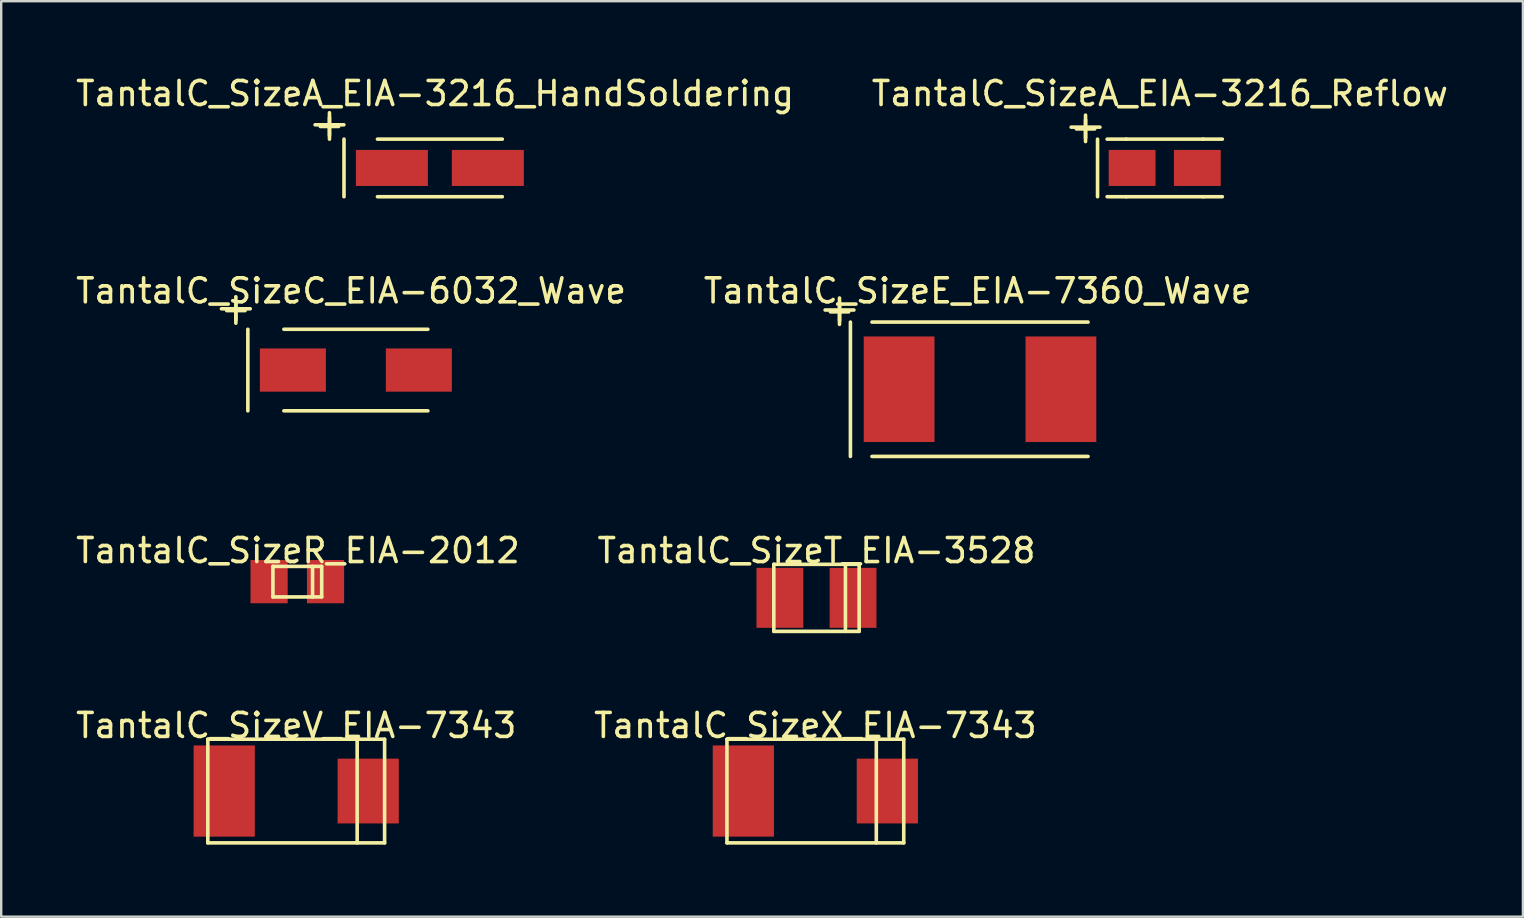
<source format=kicad_pcb>
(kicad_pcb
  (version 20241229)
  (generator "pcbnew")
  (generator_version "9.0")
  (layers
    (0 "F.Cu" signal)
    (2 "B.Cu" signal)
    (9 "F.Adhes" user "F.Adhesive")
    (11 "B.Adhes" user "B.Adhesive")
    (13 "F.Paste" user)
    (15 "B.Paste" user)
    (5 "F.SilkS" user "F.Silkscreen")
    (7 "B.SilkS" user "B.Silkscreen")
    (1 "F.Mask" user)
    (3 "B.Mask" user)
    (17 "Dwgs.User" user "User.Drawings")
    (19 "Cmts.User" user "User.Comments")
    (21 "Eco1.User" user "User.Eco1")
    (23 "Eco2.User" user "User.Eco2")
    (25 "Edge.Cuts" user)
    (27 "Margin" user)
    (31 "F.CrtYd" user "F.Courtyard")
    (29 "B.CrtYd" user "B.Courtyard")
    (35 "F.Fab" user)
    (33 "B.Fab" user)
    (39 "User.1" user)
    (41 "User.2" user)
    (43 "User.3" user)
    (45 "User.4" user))
  (footprint "TantalC_SizeC_EIA-6032_Wave"
    (layer "F.Cu")
    (at 11.778 12.369)
    (property "Reference" "TantalC_SizeC_EIA-6032_Wave" (at -0.201 -3.299 0) (layer "F.SilkS") (effects (font (size 1 1) (thickness 0.15))))
    (attr smd)
    (fp_line (start -5.601 -2.553) (end -4.402 -2.553) (stroke (width 0.15) (type solid)) (layer "F.SilkS"))
    (fp_line (start -5.001 -3.053) (end -5.001 -1.953) (stroke (width 0.15) (type solid)) (layer "F.SilkS"))
    (fp_line (start -4.501 -1.699) (end -4.501 1.699) (stroke (width 0.15) (type solid)) (layer "F.SilkS"))
    (fp_line (start 3 -1.699) (end -3 -1.699) (stroke (width 0.15) (type solid)) (layer "F.SilkS"))
    (fp_line (start 3 1.699) (end -3 1.699) (stroke (width 0.15) (type solid)) (layer "F.SilkS"))
    (fp_text user "+" (at -4.999 -2.55 0) (layer "F.SilkS") (effects (font (size 1 1) (thickness 0.15))))
    (pad "1" smd rect (at -2.624 0) (size 2.751 1.801) (layers "F.Cu" "F.Mask" "F.Paste"))
    (pad "2" smd rect (at 2.624 0) (size 2.751 1.801) (layers "F.Cu" "F.Mask" "F.Paste")))
  (footprint "TantalC_SizeE_EIA-7360_Wave"
    (layer "F.Cu")
    (at 37.784 13.169)
    (property "Reference" "TantalC_SizeE_EIA-7360_Wave" (at -0.099 -4.1 0) (layer "F.SilkS") (effects (font (size 1 1) (thickness 0.15))))
    (attr smd)
    (fp_line (start -6.454 -3.302) (end -5.255 -3.302) (stroke (width 0.15) (type solid)) (layer "F.SilkS"))
    (fp_line (start -5.855 -3.802) (end -5.855 -2.703) (stroke (width 0.15) (type solid)) (layer "F.SilkS"))
    (fp_line (start -5.4 -2.799) (end -5.4 2.799) (stroke (width 0.15) (type solid)) (layer "F.SilkS"))
    (fp_line (start -4.501 2.799) (end 4.501 2.799) (stroke (width 0.15) (type solid)) (layer "F.SilkS"))
    (fp_line (start 4.501 -2.799) (end -4.501 -2.799) (stroke (width 0.15) (type solid)) (layer "F.SilkS"))
    (fp_text user "+" (at -5.852 -3.299 0) (layer "F.SilkS") (effects (font (size 1 1) (thickness 0.15))))
    (pad "1" smd rect (at -3.371 0) (size 2.949 4.399) (layers "F.Cu" "F.Mask" "F.Paste"))
    (pad "2" smd rect (at 3.371 0) (size 2.949 4.399) (layers "F.Cu" "F.Mask" "F.Paste")))
  (footprint "TantalC_SizeX_EIA-7343"
    (layer "F.Cu")
    (at 30.923 29.91)
    (property "Reference" "TantalC_SizeX_EIA-7343" (at 0 -2.731 0) (layer "F.SilkS") (effects (font (size 1 1) (thickness 0.15))))
    (attr through_hole)
    (fp_line (start -3.683 -2.159) (end -3.683 2.159) (stroke (width 0.15) (type solid)) (layer "F.SilkS"))
    (fp_line (start -3.683 2.159) (end 3.683 2.159) (stroke (width 0.15) (type solid)) (layer "F.SilkS"))
    (fp_line (start 2.54 -2.159) (end 2.54 2.159) (stroke (width 0.15) (type solid)) (layer "F.SilkS"))
    (fp_line (start 3.683 -2.159) (end -3.683 -2.159) (stroke (width 0.15) (type solid)) (layer "F.SilkS"))
    (fp_line (start 3.683 2.159) (end 3.683 -2.159) (stroke (width 0.15) (type solid)) (layer "F.SilkS"))
    (pad "1" smd rect (at 3 0) (size 2.55 2.7) (layers "F.Cu" "F.Mask" "F.Paste"))
    (pad "2" smd rect (at -3 0) (size 2.55 3.8) (layers "F.Cu" "F.Mask" "F.Paste")))
  (footprint "TantalC_SizeR_EIA-2012"
    (layer "F.Cu")
    (at 9.338 21.186)
    (property "Reference" "TantalC_SizeR_EIA-2012" (at 0.025 -1.295 0) (layer "F.SilkS") (effects (font (size 1 1) (thickness 0.15))))
    (attr through_hole)
    (fp_line (start -1.016 -0.635) (end -1.016 0.635) (stroke (width 0.15) (type solid)) (layer "F.SilkS"))
    (fp_line (start -1.016 0.635) (end 1.016 0.635) (stroke (width 0.15) (type solid)) (layer "F.SilkS"))
    (fp_line (start 0.635 -0.635) (end 0.635 0.635) (stroke (width 0.15) (type solid)) (layer "F.SilkS"))
    (fp_line (start 1.016 -0.635) (end -1.016 -0.635) (stroke (width 0.15) (type solid)) (layer "F.SilkS"))
    (fp_line (start 1.016 0.635) (end 1.016 -0.635) (stroke (width 0.15) (type solid)) (layer "F.SilkS"))
    (pad "1" smd rect (at 1.176 0) (size 1.549 1.801) (layers "F.Cu" "F.Mask" "F.Paste"))
    (pad "2" smd rect (at -1.176 0) (size 1.549 1.801) (layers "F.Cu" "F.Mask" "F.Paste")))
  (footprint "TantalC_SizeV_EIA-7343"
    (layer "F.Cu")
    (at 9.292 29.91)
    (property "Reference" "TantalC_SizeV_EIA-7343" (at 0 -2.731 0) (layer "F.SilkS") (effects (font (size 1 1) (thickness 0.15))))
    (attr through_hole)
    (fp_line (start -3.683 -2.159) (end -3.683 2.159) (stroke (width 0.15) (type solid)) (layer "F.SilkS"))
    (fp_line (start -3.683 2.159) (end 3.683 2.159) (stroke (width 0.15) (type solid)) (layer "F.SilkS"))
    (fp_line (start 2.54 -2.159) (end 2.54 2.159) (stroke (width 0.15) (type solid)) (layer "F.SilkS"))
    (fp_line (start 3.683 -2.159) (end -3.683 -2.159) (stroke (width 0.15) (type solid)) (layer "F.SilkS"))
    (fp_line (start 3.683 2.159) (end 3.683 -2.159) (stroke (width 0.15) (type solid)) (layer "F.SilkS"))
    (pad "1" smd rect (at 3 0) (size 2.55 2.7) (layers "F.Cu" "F.Mask" "F.Paste"))
    (pad "2" smd rect (at -3 0) (size 2.55 3.8) (layers "F.Cu" "F.Mask" "F.Paste")))
  (footprint "TantalC_SizeT_EIA-3528"
    (layer "F.Cu")
    (at 30.97 21.86)
    (property "Reference" "TantalC_SizeT_EIA-3528" (at 0 -1.968 0) (layer "F.SilkS") (effects (font (size 1 1) (thickness 0.15))))
    (attr through_hole)
    (fp_line (start -1.778 -1.397) (end -1.778 1.397) (stroke (width 0.15) (type solid)) (layer "F.SilkS"))
    (fp_line (start -1.778 1.397) (end 1.778 1.397) (stroke (width 0.15) (type solid)) (layer "F.SilkS"))
    (fp_line (start 1.206 -1.397) (end 1.206 1.397) (stroke (width 0.15) (type solid)) (layer "F.SilkS"))
    (fp_line (start 1.778 -1.397) (end -1.778 -1.397) (stroke (width 0.15) (type solid)) (layer "F.SilkS"))
    (fp_line (start 1.778 1.397) (end 1.778 -1.397) (stroke (width 0.15) (type solid)) (layer "F.SilkS"))
    (pad "1" smd rect (at 1.524 0) (size 1.951 2.499) (layers "F.Cu" "F.Mask" "F.Paste"))
    (pad "2" smd rect (at -1.524 0) (size 1.951 2.499) (layers "F.Cu" "F.Mask" "F.Paste")))
  (footprint "TantalC_SizeA_EIA-3216_Reflow"
    (layer "F.Cu")
    (at 45.48 3.947)
    (property "Reference" "TantalC_SizeA_EIA-3216_Reflow" (at -0.201 -3.099 0) (layer "F.SilkS") (effects (font (size 1 1) (thickness 0.15))))
    (attr smd)
    (fp_line (start -3.899 -1.699) (end -2.7 -1.699) (stroke (width 0.15) (type solid)) (layer "F.SilkS"))
    (fp_line (start -3.299 -2.2) (end -3.299 -1.1) (stroke (width 0.15) (type solid)) (layer "F.SilkS"))
    (fp_line (start -2.799 -1.199) (end -2.799 1.199) (stroke (width 0.15) (type solid)) (layer "F.SilkS"))
    (fp_line (start -1.6 -1.199) (end -2.4 -1.199) (stroke (width 0.15) (type solid)) (layer "F.SilkS"))
    (fp_line (start -1.6 1.199) (end -2.4 1.199) (stroke (width 0.15) (type solid)) (layer "F.SilkS"))
    (fp_line (start 1.6 -1.199) (end -1.6 -1.199) (stroke (width 0.15) (type solid)) (layer "F.SilkS"))
    (fp_line (start 1.6 -1.199) (end 2.4 -1.199) (stroke (width 0.15) (type solid)) (layer "F.SilkS"))
    (fp_line (start 1.6 1.199) (end -1.6 1.199) (stroke (width 0.15) (type solid)) (layer "F.SilkS"))
    (fp_line (start 1.6 1.199) (end 2.4 1.199) (stroke (width 0.15) (type solid)) (layer "F.SilkS"))
    (fp_text user "+" (at -3.299 -1.699 0) (layer "F.SilkS") (effects (font (size 1 1) (thickness 0.15))))
    (pad "1" smd rect (at -1.359 0) (size 1.951 1.501) (layers "F.Cu" "F.Mask" "F.Paste"))
    (pad "2" smd rect (at 1.359 0) (size 1.951 1.501) (layers "F.Cu" "F.Mask" "F.Paste")))
  (footprint "TantalC_SizeA_EIA-3216_HandSoldering"
    (layer "F.Cu")
    (at 15.278 3.947)
    (property "Reference" "TantalC_SizeA_EIA-3216_HandSoldering" (at -0.201 -3.099 0) (layer "F.SilkS") (effects (font (size 1 1) (thickness 0.15))))
    (attr smd)
    (fp_line (start -5.199 -1.798) (end -4 -1.798) (stroke (width 0.15) (type solid)) (layer "F.SilkS"))
    (fp_line (start -4.6 -2.299) (end -4.6 -1.199) (stroke (width 0.15) (type solid)) (layer "F.SilkS"))
    (fp_line (start -3.995 -1.199) (end -3.995 1.199) (stroke (width 0.15) (type solid)) (layer "F.SilkS"))
    (fp_line (start -2.601 1.199) (end 2.601 1.199) (stroke (width 0.15) (type solid)) (layer "F.SilkS"))
    (fp_line (start 2.601 -1.199) (end -2.601 -1.199) (stroke (width 0.15) (type solid)) (layer "F.SilkS"))
    (fp_text user "+" (at -4.6 -1.801 0) (layer "F.SilkS") (effects (font (size 1 1) (thickness 0.15))))
    (pad "1" smd rect (at -1.999 0) (size 3 1.501) (layers "F.Cu" "F.Mask" "F.Paste"))
    (pad "2" smd rect (at 1.999 0) (size 3 1.501) (layers "F.Cu" "F.Mask" "F.Paste")))
  (gr_rect
    (start -3 -3)
    (end 60.405 35.144)
    (stroke (width 0.1) (type default))
    (fill no)
    (layer "Edge.Cuts")))
</source>
